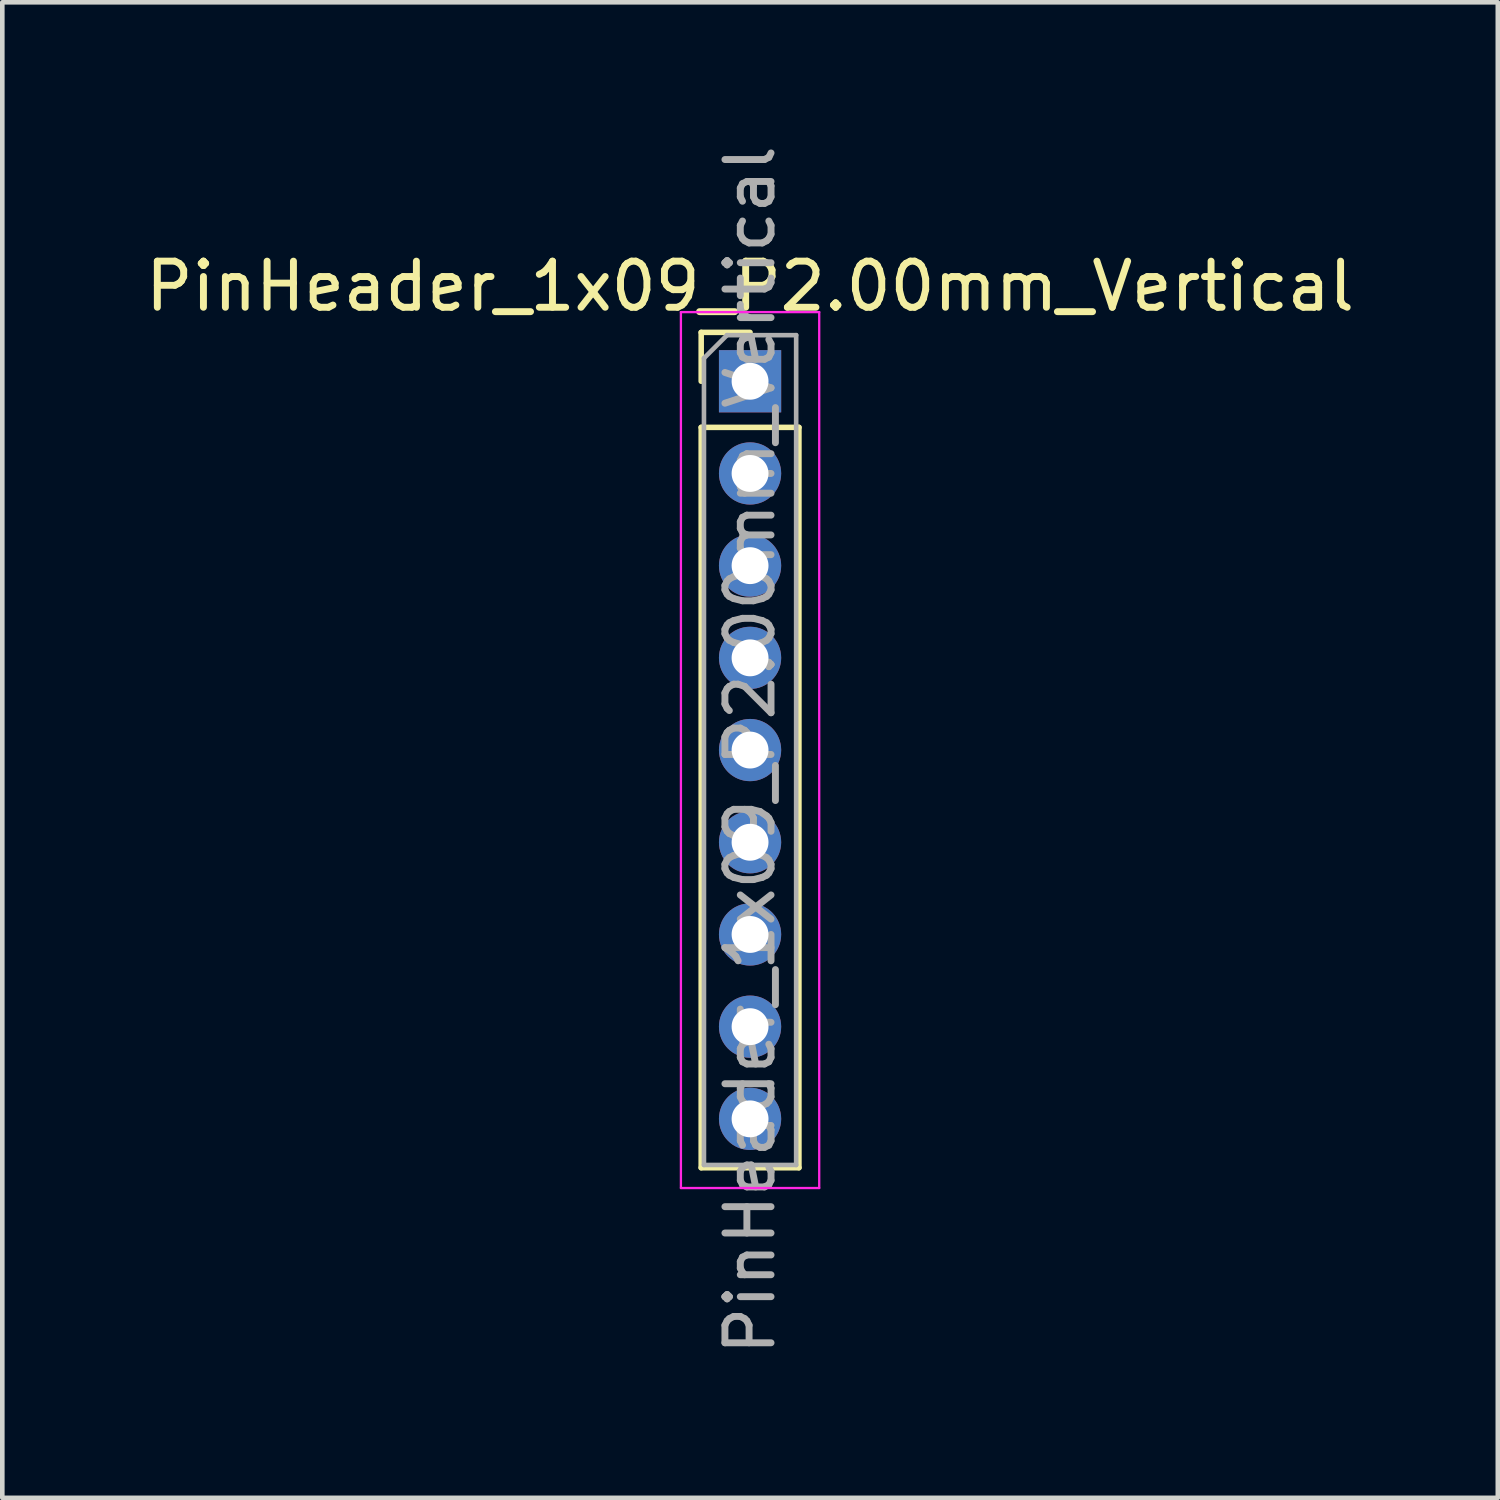
<source format=kicad_pcb>
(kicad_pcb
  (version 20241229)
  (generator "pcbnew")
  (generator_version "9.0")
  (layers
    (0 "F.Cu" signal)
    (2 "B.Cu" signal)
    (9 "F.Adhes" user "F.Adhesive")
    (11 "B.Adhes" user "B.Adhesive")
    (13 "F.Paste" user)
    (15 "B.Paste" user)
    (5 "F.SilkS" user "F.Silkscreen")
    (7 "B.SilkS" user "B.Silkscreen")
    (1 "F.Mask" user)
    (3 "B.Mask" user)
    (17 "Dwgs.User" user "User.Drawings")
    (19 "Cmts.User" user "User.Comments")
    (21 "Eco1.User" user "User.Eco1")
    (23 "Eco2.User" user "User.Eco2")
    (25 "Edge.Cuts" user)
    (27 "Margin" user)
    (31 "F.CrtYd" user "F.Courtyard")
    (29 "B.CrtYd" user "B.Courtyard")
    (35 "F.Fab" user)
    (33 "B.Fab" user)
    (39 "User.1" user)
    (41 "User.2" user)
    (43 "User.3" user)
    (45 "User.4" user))
  (footprint "PinHeader_1x09_P2.00mm_Vertical"
    (layer "F.Cu")
    (at 13.22 5.22)
    (property "Reference" "PinHeader_1x09_P2.00mm_Vertical" (at 0 -2.06 0) (layer "F.SilkS") (effects (font (size 1 1) (thickness 0.15))))
    (attr through_hole)
    (fp_line (start -1.06 -1.06) (end 0 -1.06) (stroke (width 0.12) (type solid)) (layer "F.SilkS"))
    (fp_line (start -1.06 0) (end -1.06 -1.06) (stroke (width 0.12) (type solid)) (layer "F.SilkS"))
    (fp_line (start -1.06 1) (end -1.06 17.06) (stroke (width 0.12) (type solid)) (layer "F.SilkS"))
    (fp_line (start -1.06 1) (end 1.06 1) (stroke (width 0.12) (type solid)) (layer "F.SilkS"))
    (fp_line (start -1.06 17.06) (end 1.06 17.06) (stroke (width 0.12) (type solid)) (layer "F.SilkS"))
    (fp_line (start 1.06 1) (end 1.06 17.06) (stroke (width 0.12) (type solid)) (layer "F.SilkS"))
    (fp_line (start -1.5 -1.5) (end -1.5 17.5) (stroke (width 0.05) (type solid)) (layer "F.CrtYd"))
    (fp_line (start -1.5 17.5) (end 1.5 17.5) (stroke (width 0.05) (type solid)) (layer "F.CrtYd"))
    (fp_line (start 1.5 -1.5) (end -1.5 -1.5) (stroke (width 0.05) (type solid)) (layer "F.CrtYd"))
    (fp_line (start 1.5 17.5) (end 1.5 -1.5) (stroke (width 0.05) (type solid)) (layer "F.CrtYd"))
    (fp_line (start -1 -0.5) (end -0.5 -1) (stroke (width 0.1) (type solid)) (layer "F.Fab"))
    (fp_line (start -1 17) (end -1 -0.5) (stroke (width 0.1) (type solid)) (layer "F.Fab"))
    (fp_line (start -0.5 -1) (end 1 -1) (stroke (width 0.1) (type solid)) (layer "F.Fab"))
    (fp_line (start 1 -1) (end 1 17) (stroke (width 0.1) (type solid)) (layer "F.Fab"))
    (fp_line (start 1 17) (end -1 17) (stroke (width 0.1) (type solid)) (layer "F.Fab"))
    (fp_text user "${REFERENCE}" (at 0 8 90) (layer "F.Fab") (effects (font (size 1 1) (thickness 0.15))))
    (pad "1" thru_hole rect (at 0 0) (size 1.35 1.35) (drill 0.8) (layers "*.Cu" "*.Mask"))
    (pad "2" thru_hole oval (at 0 2) (size 1.35 1.35) (drill 0.8) (layers "*.Cu" "*.Mask"))
    (pad "3" thru_hole oval (at 0 4) (size 1.35 1.35) (drill 0.8) (layers "*.Cu" "*.Mask"))
    (pad "4" thru_hole oval (at 0 6) (size 1.35 1.35) (drill 0.8) (layers "*.Cu" "*.Mask"))
    (pad "5" thru_hole oval (at 0 8) (size 1.35 1.35) (drill 0.8) (layers "*.Cu" "*.Mask"))
    (pad "6" thru_hole oval (at 0 10) (size 1.35 1.35) (drill 0.8) (layers "*.Cu" "*.Mask"))
    (pad "7" thru_hole oval (at 0 12) (size 1.35 1.35) (drill 0.8) (layers "*.Cu" "*.Mask"))
    (pad "8" thru_hole oval (at 0 14) (size 1.35 1.35) (drill 0.8) (layers "*.Cu" "*.Mask"))
    (pad "9" thru_hole oval (at 0 16) (size 1.35 1.35) (drill 0.8) (layers "*.Cu" "*.Mask")))
  (gr_rect
    (start -3 -3)
    (end 29.44 29.44)
    (stroke (width 0.1) (type default))
    (fill no)
    (layer "Edge.Cuts")))
</source>
